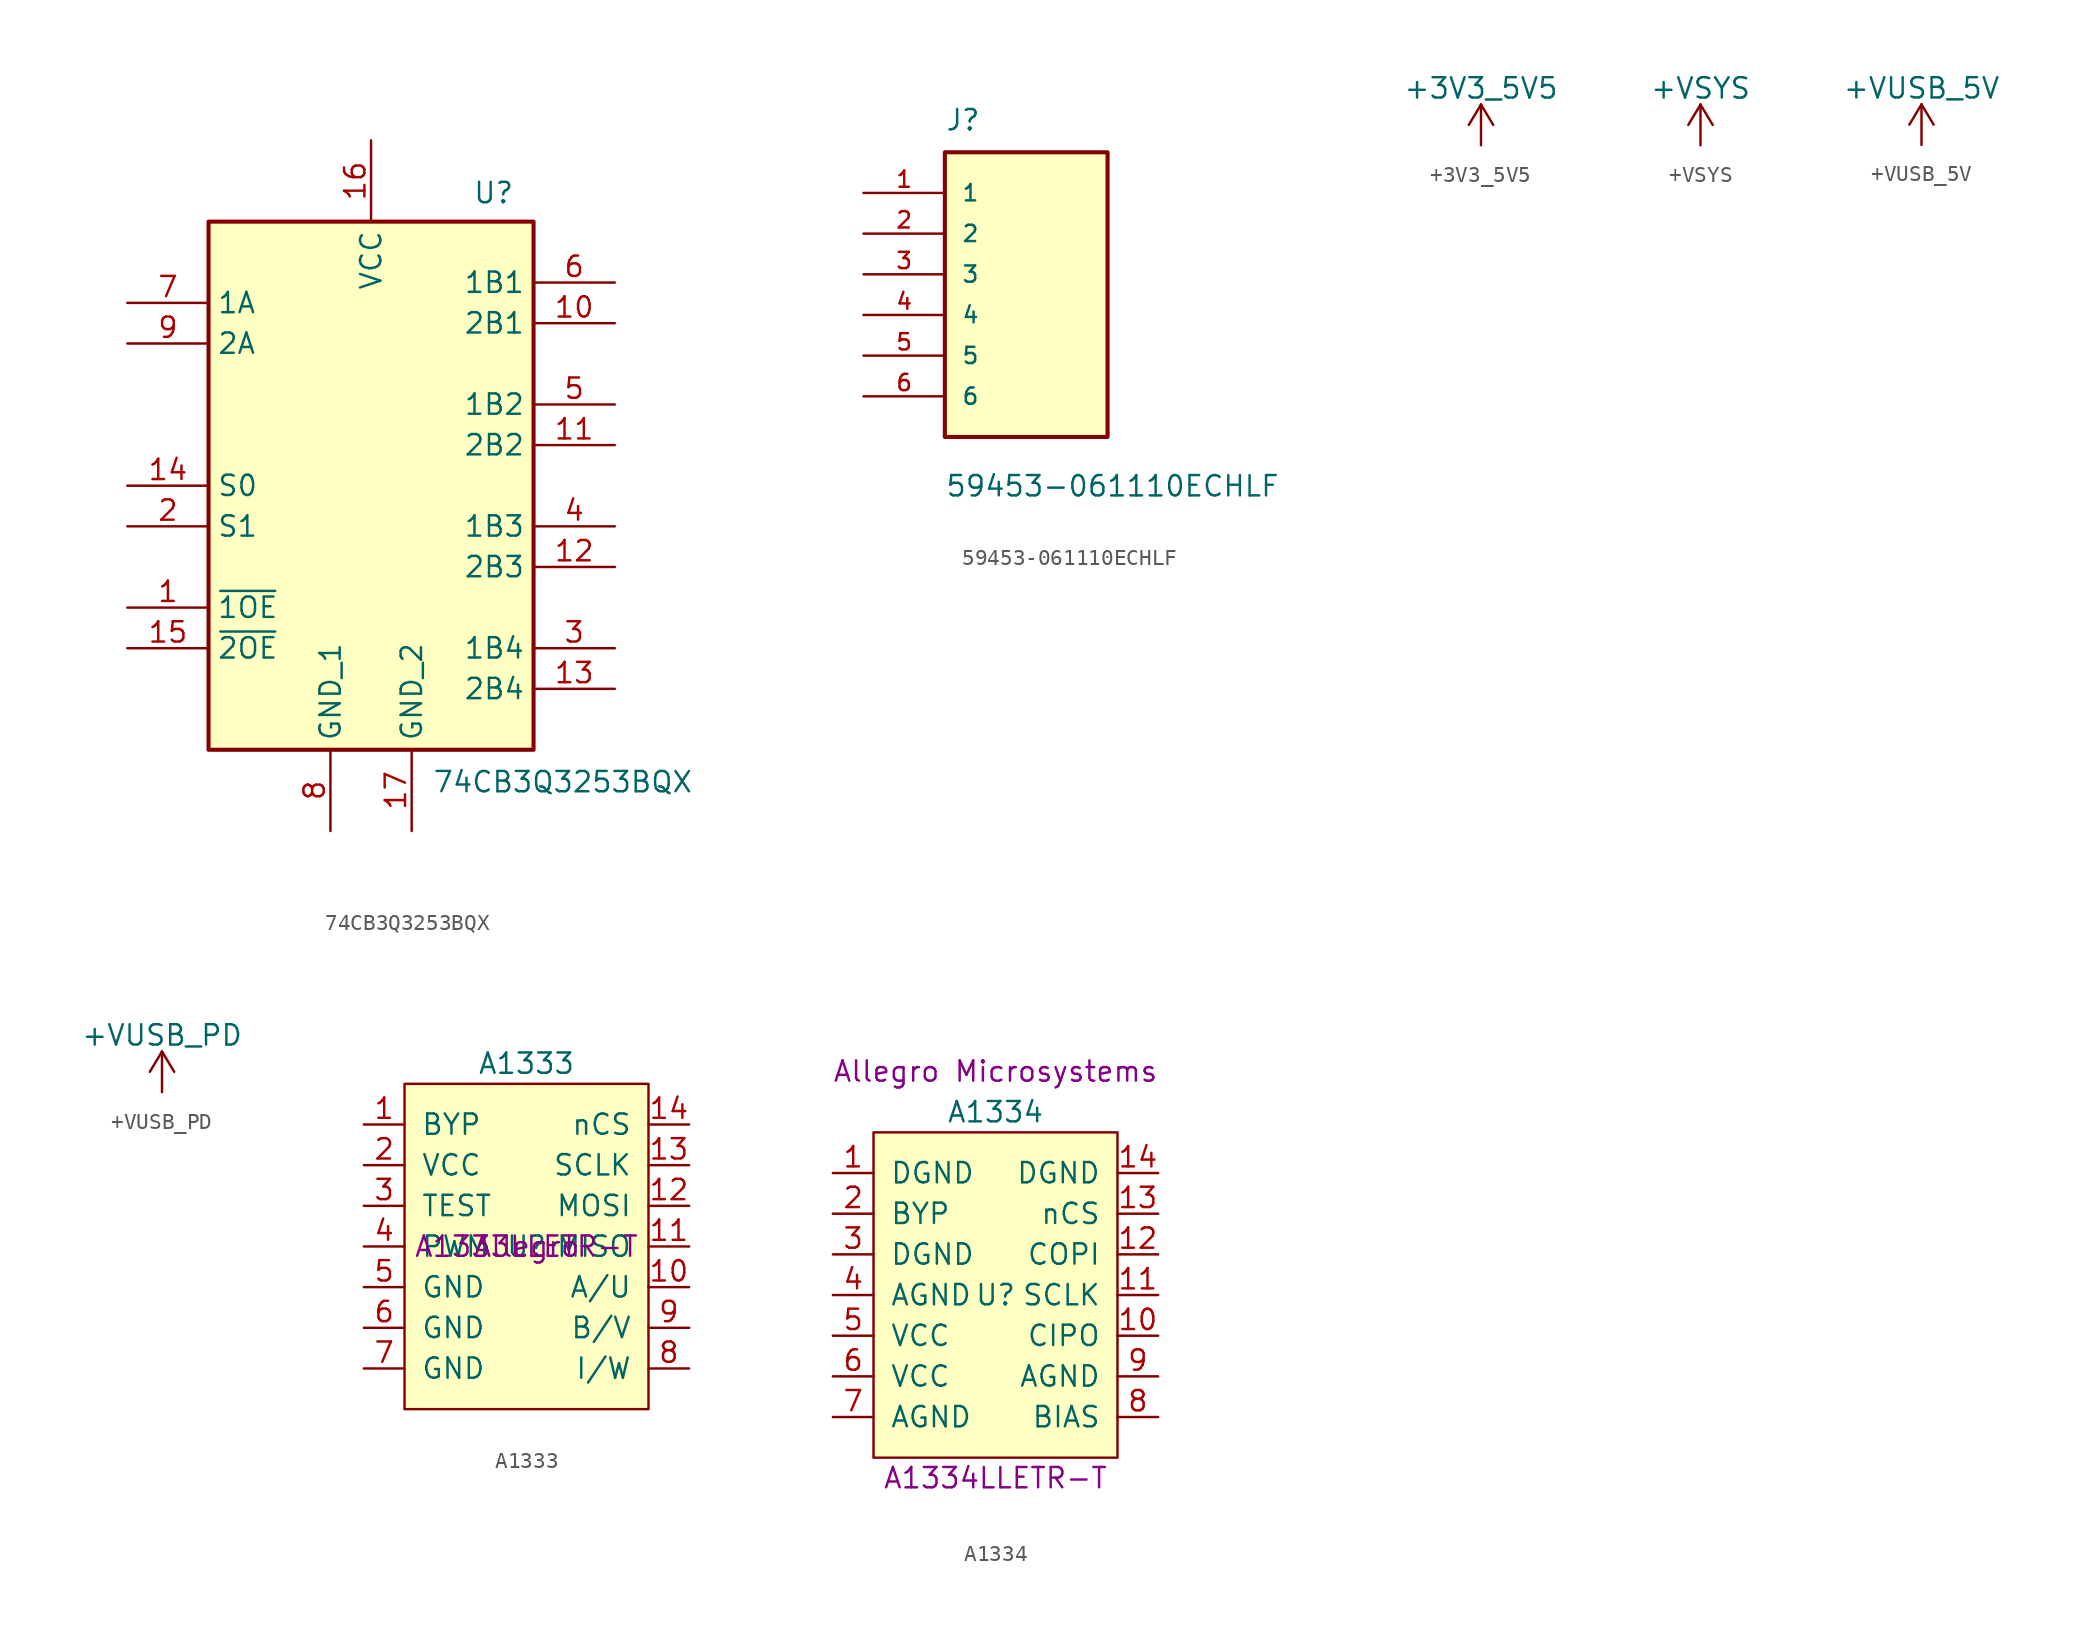
<source format=kicad_sym>
(kicad_symbol_lib
  (version 20231120)
  (generator "kicad_symbol_editor")
  (generator_version "8.0")
  (symbol "74CB3Q3253BQX"
    (property "Reference" "U"
      (at 6.35 19.05 0)
      (effects (font (size 1.27 1.27)) (justify left top)))
    (property "Value" "74CB3Q3253BQX"
      (at 3.81 -17.78 0)
      (effects (font (size 1.27 1.27)) (justify left top)))
    (symbol "74CB3Q3253BQX_1_1"
      (rectangle (start -10.16 16.51) (end 10.16 -16.51) (stroke (width 0.254) (type default)) (fill (type background)))
      (pin passive line (at -15.24 -7.62 0) (length 5.08) (name "~{1OE}" (effects (font (size 1.27 1.27)))) (number "1" (effects (font (size 1.27 1.27)))))
      (pin passive line (at 15.24 10.16 180) (length 5.08) (name "2B1" (effects (font (size 1.27 1.27)))) (number "10" (effects (font (size 1.27 1.27)))))
      (pin passive line (at 15.24 2.54 180) (length 5.08) (name "2B2" (effects (font (size 1.27 1.27)))) (number "11" (effects (font (size 1.27 1.27)))))
      (pin passive line (at 15.24 -5.08 180) (length 5.08) (name "2B3" (effects (font (size 1.27 1.27)))) (number "12" (effects (font (size 1.27 1.27)))))
      (pin passive line (at 15.24 -12.7 180) (length 5.08) (name "2B4" (effects (font (size 1.27 1.27)))) (number "13" (effects (font (size 1.27 1.27)))))
      (pin passive line (at -15.24 0 0) (length 5.08) (name "S0" (effects (font (size 1.27 1.27)))) (number "14" (effects (font (size 1.27 1.27)))))
      (pin passive line (at -15.24 -10.16 0) (length 5.08) (name "~{2OE}" (effects (font (size 1.27 1.27)))) (number "15" (effects (font (size 1.27 1.27)))))
      (pin passive line (at 0 21.59 270) (length 5.08) (name "VCC" (effects (font (size 1.27 1.27)))) (number "16" (effects (font (size 1.27 1.27)))))
      (pin passive line (at 2.54 -21.59 90) (length 5.08) (name "GND_2" (effects (font (size 1.27 1.27)))) (number "17" (effects (font (size 1.27 1.27)))))
      (pin passive line (at -15.24 -2.54 0) (length 5.08) (name "S1" (effects (font (size 1.27 1.27)))) (number "2" (effects (font (size 1.27 1.27)))))
      (pin passive line (at 15.24 -10.16 180) (length 5.08) (name "1B4" (effects (font (size 1.27 1.27)))) (number "3" (effects (font (size 1.27 1.27)))))
      (pin passive line (at 15.24 -2.54 180) (length 5.08) (name "1B3" (effects (font (size 1.27 1.27)))) (number "4" (effects (font (size 1.27 1.27)))))
      (pin passive line (at 15.24 5.08 180) (length 5.08) (name "1B2" (effects (font (size 1.27 1.27)))) (number "5" (effects (font (size 1.27 1.27)))))
      (pin passive line (at 15.24 12.7 180) (length 5.08) (name "1B1" (effects (font (size 1.27 1.27)))) (number "6" (effects (font (size 1.27 1.27)))))
      (pin passive line (at -15.24 11.43 0) (length 5.08) (name "1A" (effects (font (size 1.27 1.27)))) (number "7" (effects (font (size 1.27 1.27)))))
      (pin passive line (at -2.54 -21.59 90) (length 5.08) (name "GND_1" (effects (font (size 1.27 1.27)))) (number "8" (effects (font (size 1.27 1.27)))))
      (pin passive line (at -15.24 8.89 0) (length 5.08) (name "2A" (effects (font (size 1.27 1.27)))) (number "9" (effects (font (size 1.27 1.27)))))))
  (symbol "59453-061110ECHLF"
    (pin_names
      (offset 1.016))
    (property "Reference" "J"
      (at -5.08 8.89 0)
      (effects (font (size 1.27 1.27)) (justify left bottom)))
    (property "Value" "59453-061110ECHLF"
      (at -5.08 -13.97 0)
      (effects (font (size 1.27 1.27)) (justify left bottom)))
    (symbol "59453-061110ECHLF_0_0"
      (rectangle (start -5.08 -10.16) (end 5.08 7.62) (stroke (width 0.254) (type default)) (fill (type background)))
      (pin passive line (at -10.16 5.08 0) (length 5.08) (name "1" (effects (font (size 1.016 1.016)))) (number "1" (effects (font (size 1.016 1.016)))))
      (pin passive line (at -10.16 2.54 0) (length 5.08) (name "2" (effects (font (size 1.016 1.016)))) (number "2" (effects (font (size 1.016 1.016)))))
      (pin passive line (at -10.16 0 0) (length 5.08) (name "3" (effects (font (size 1.016 1.016)))) (number "3" (effects (font (size 1.016 1.016)))))
      (pin passive line (at -10.16 -2.54 0) (length 5.08) (name "4" (effects (font (size 1.016 1.016)))) (number "4" (effects (font (size 1.016 1.016)))))
      (pin passive line (at -10.16 -5.08 0) (length 5.08) (name "5" (effects (font (size 1.016 1.016)))) (number "5" (effects (font (size 1.016 1.016)))))
      (pin passive line (at -10.16 -7.62 0) (length 5.08) (name "6" (effects (font (size 1.016 1.016)))) (number "6" (effects (font (size 1.016 1.016)))))))
  (symbol "+3V3_5V5"
    (power)
    (pin_names
      (offset 0))
    (property "Reference" "#PWR"
      (at 0 -3.81 0)
      (effects (font (size 1.27 1.27)) (hide yes)))
    (property "Value" "+3V3_5V5"
      (at 0 3.556 0)
      (effects (font (size 1.27 1.27))))
    (symbol "+3V3_5V5_0_1"
      (polyline (pts (xy -0.762 1.27) (xy 0 2.54)) (stroke (width 0) (type default)) (fill (type none)))
      (polyline (pts (xy 0 0) (xy 0 2.54)) (stroke (width 0) (type default)) (fill (type none)))
      (polyline (pts (xy 0 2.54) (xy 0.762 1.27)) (stroke (width 0) (type default)) (fill (type none))))
    (symbol "+3V3_5V5_1_1"
      (pin power_in line (at 0 0 90) (length 0) hide (name "+3V3" (effects (font (size 1.27 1.27)))) (number "1" (effects (font (size 1.27 1.27)))))))
  (symbol "+VSYS"
    (power)
    (pin_names
      (offset 0))
    (property "Reference" "#PWR"
      (at 0 -3.81 0)
      (effects (font (size 1.27 1.27)) (hide yes)))
    (property "Value" "+VSYS"
      (at 0 3.556 0)
      (effects (font (size 1.27 1.27))))
    (symbol "+VSYS_0_1"
      (polyline (pts (xy -0.762 1.27) (xy 0 2.54)) (stroke (width 0) (type default)) (fill (type none)))
      (polyline (pts (xy 0 0) (xy 0 2.54)) (stroke (width 0) (type default)) (fill (type none)))
      (polyline (pts (xy 0 2.54) (xy 0.762 1.27)) (stroke (width 0) (type default)) (fill (type none))))
    (symbol "+VSYS_1_1"
      (pin power_in line (at 0 0 90) (length 0) hide (name "+3V3" (effects (font (size 1.27 1.27)))) (number "1" (effects (font (size 1.27 1.27)))))))
  (symbol "+VUSB_5V"
    (power)
    (pin_names
      (offset 0))
    (property "Reference" "#PWR"
      (at 0 -3.81 0)
      (effects (font (size 1.27 1.27)) (hide yes)))
    (property "Value" "+VUSB_5V"
      (at 0 3.556 0)
      (effects (font (size 1.27 1.27))))
    (symbol "+VUSB_5V_0_1"
      (polyline (pts (xy -0.762 1.27) (xy 0 2.54)) (stroke (width 0) (type default)) (fill (type none)))
      (polyline (pts (xy 0 0) (xy 0 2.54)) (stroke (width 0) (type default)) (fill (type none)))
      (polyline (pts (xy 0 2.54) (xy 0.762 1.27)) (stroke (width 0) (type default)) (fill (type none))))
    (symbol "+VUSB_5V_1_1"
      (pin power_in line (at 0 0 90) (length 0) hide (name "+3V3" (effects (font (size 1.27 1.27)))) (number "1" (effects (font (size 1.27 1.27)))))))
  (symbol "+VUSB_PD"
    (power)
    (pin_names
      (offset 0))
    (property "Reference" "#PWR"
      (at 0 -3.81 0)
      (effects (font (size 1.27 1.27)) (hide yes)))
    (property "Value" "+VUSB_PD"
      (at 0 3.556 0)
      (effects (font (size 1.27 1.27))))
    (symbol "+VUSB_PD_0_1"
      (polyline (pts (xy -0.762 1.27) (xy 0 2.54)) (stroke (width 0) (type default)) (fill (type none)))
      (polyline (pts (xy 0 0) (xy 0 2.54)) (stroke (width 0) (type default)) (fill (type none)))
      (polyline (pts (xy 0 2.54) (xy 0.762 1.27)) (stroke (width 0) (type default)) (fill (type none))))
    (symbol "+VUSB_PD_1_1"
      (pin power_in line (at 0 0 90) (length 0) hide (name "+3V3" (effects (font (size 1.27 1.27)))) (number "1" (effects (font (size 1.27 1.27)))))))
  (symbol "A1333"
    (pin_names
      (offset 1.016))
    (property "Reference" "U"
      (at 0 0 0)
      (effects (font (size 1.27 1.27))))
    (property "Value" "A1333"
      (at 0 11.43 0)
      (effects (font (size 1.27 1.27))))
    (property "Manu" "Allegro"
      (at 0 0 0)
      (effects (font (size 1.27 1.27))))
    (property "Part" "A1333LLETR-T"
      (at 0 0 0)
      (effects (font (size 1.27 1.27))))
    (symbol "A1333_0_0"
      (pin output line (at 10.16 -2.54 180) (length 2.54) (name "A/U" (effects (font (size 1.27 1.27)))) (number "10" (effects (font (size 1.27 1.27)))))
      (pin output line (at 10.16 0 180) (length 2.54) (name "MISO" (effects (font (size 1.27 1.27)))) (number "11" (effects (font (size 1.27 1.27)))))
      (pin input line (at 10.16 2.54 180) (length 2.54) (name "MOSI" (effects (font (size 1.27 1.27)))) (number "12" (effects (font (size 1.27 1.27)))))
      (pin input line (at 10.16 5.08 180) (length 2.54) (name "SCLK" (effects (font (size 1.27 1.27)))) (number "13" (effects (font (size 1.27 1.27)))))
      (pin output line (at 10.16 7.62 180) (length 2.54) (name "nCS" (effects (font (size 1.27 1.27)))) (number "14" (effects (font (size 1.27 1.27)))))
      (pin power_in line (at -10.16 5.08 0) (length 2.54) (name "VCC" (effects (font (size 1.27 1.27)))) (number "2" (effects (font (size 1.27 1.27)))))
      (pin output line (at -10.16 2.54 0) (length 2.54) (name "TEST" (effects (font (size 1.27 1.27)))) (number "3" (effects (font (size 1.27 1.27)))))
      (pin output line (at -10.16 0 0) (length 2.54) (name "PWM" (effects (font (size 1.27 1.27)))) (number "4" (effects (font (size 1.27 1.27)))))
      (pin power_in line (at -10.16 -2.54 0) (length 2.54) (name "GND" (effects (font (size 1.27 1.27)))) (number "5" (effects (font (size 1.27 1.27)))))
      (pin power_in line (at -10.16 -5.08 0) (length 2.54) (name "GND" (effects (font (size 1.27 1.27)))) (number "6" (effects (font (size 1.27 1.27)))))
      (pin power_in line (at -10.16 -7.62 0) (length 2.54) (name "GND" (effects (font (size 1.27 1.27)))) (number "7" (effects (font (size 1.27 1.27)))))
      (pin output line (at 10.16 -7.62 180) (length 2.54) (name "I/W" (effects (font (size 1.27 1.27)))) (number "8" (effects (font (size 1.27 1.27)))))
      (pin output line (at 10.16 -5.08 180) (length 2.54) (name "B/V" (effects (font (size 1.27 1.27)))) (number "9" (effects (font (size 1.27 1.27))))))
    (symbol "A1333_0_1"
      (rectangle (start -7.62 10.16) (end 7.62 -10.16) (stroke (width 0) (type default)) (fill (type background))))
    (symbol "A1333_1_1"
      (pin input line (at -10.16 7.62 0) (length 2.54) (name "BYP" (effects (font (size 1.27 1.27)))) (number "1" (effects (font (size 1.27 1.27)))))))
  (symbol "A1334"
    (pin_names
      (offset 1.016))
    (property "Reference" "U"
      (at 0 0 0)
      (effects (font (size 1.27 1.27))))
    (property "Value" "A1334"
      (at 0 11.43 0)
      (effects (font (size 1.27 1.27))))
    (property "Manu" "Allegro Microsystems"
      (at 0 13.97 0)
      (effects (font (size 1.27 1.27))))
    (property "Part" "A1334LLETR-T"
      (at 0 -11.43 0)
      (effects (font (size 1.27 1.27))))
    (symbol "A1334_0_0"
      (pin output line (at 10.16 -2.54 180) (length 2.54) (name "CIPO" (effects (font (size 1.27 1.27)))) (number "10" (effects (font (size 1.27 1.27)))))
      (pin input line (at 10.16 0 180) (length 2.54) (name "SCLK" (effects (font (size 1.27 1.27)))) (number "11" (effects (font (size 1.27 1.27)))))
      (pin input line (at 10.16 2.54 180) (length 2.54) (name "COPI" (effects (font (size 1.27 1.27)))) (number "12" (effects (font (size 1.27 1.27)))))
      (pin input line (at 10.16 5.08 180) (length 2.54) (name "nCS" (effects (font (size 1.27 1.27)))) (number "13" (effects (font (size 1.27 1.27)))))
      (pin power_in line (at 10.16 7.62 180) (length 2.54) (name "DGND" (effects (font (size 1.27 1.27)))) (number "14" (effects (font (size 1.27 1.27)))))
      (pin unspecified line (at -10.16 5.08 0) (length 2.54) (name "BYP" (effects (font (size 1.27 1.27)))) (number "2" (effects (font (size 1.27 1.27)))))
      (pin power_in line (at -10.16 2.54 0) (length 2.54) (name "DGND" (effects (font (size 1.27 1.27)))) (number "3" (effects (font (size 1.27 1.27)))))
      (pin power_in line (at -10.16 0 0) (length 2.54) (name "AGND" (effects (font (size 1.27 1.27)))) (number "4" (effects (font (size 1.27 1.27)))))
      (pin power_in line (at -10.16 -2.54 0) (length 2.54) (name "VCC" (effects (font (size 1.27 1.27)))) (number "5" (effects (font (size 1.27 1.27)))))
      (pin power_in line (at -10.16 -5.08 0) (length 2.54) (name "VCC" (effects (font (size 1.27 1.27)))) (number "6" (effects (font (size 1.27 1.27)))))
      (pin power_in line (at -10.16 -7.62 0) (length 2.54) (name "AGND" (effects (font (size 1.27 1.27)))) (number "7" (effects (font (size 1.27 1.27)))))
      (pin unspecified line (at 10.16 -7.62 180) (length 2.54) (name "BIAS" (effects (font (size 1.27 1.27)))) (number "8" (effects (font (size 1.27 1.27)))))
      (pin power_in line (at 10.16 -5.08 180) (length 2.54) (name "AGND" (effects (font (size 1.27 1.27)))) (number "9" (effects (font (size 1.27 1.27))))))
    (symbol "A1334_0_1"
      (rectangle (start -7.62 10.16) (end 7.62 -10.16) (stroke (width 0) (type default)) (fill (type background))))
    (symbol "A1334_1_1"
      (pin power_in line (at -10.16 7.62 0) (length 2.54) (name "DGND" (effects (font (size 1.27 1.27)))) (number "1" (effects (font (size 1.27 1.27))))))))
</source>
